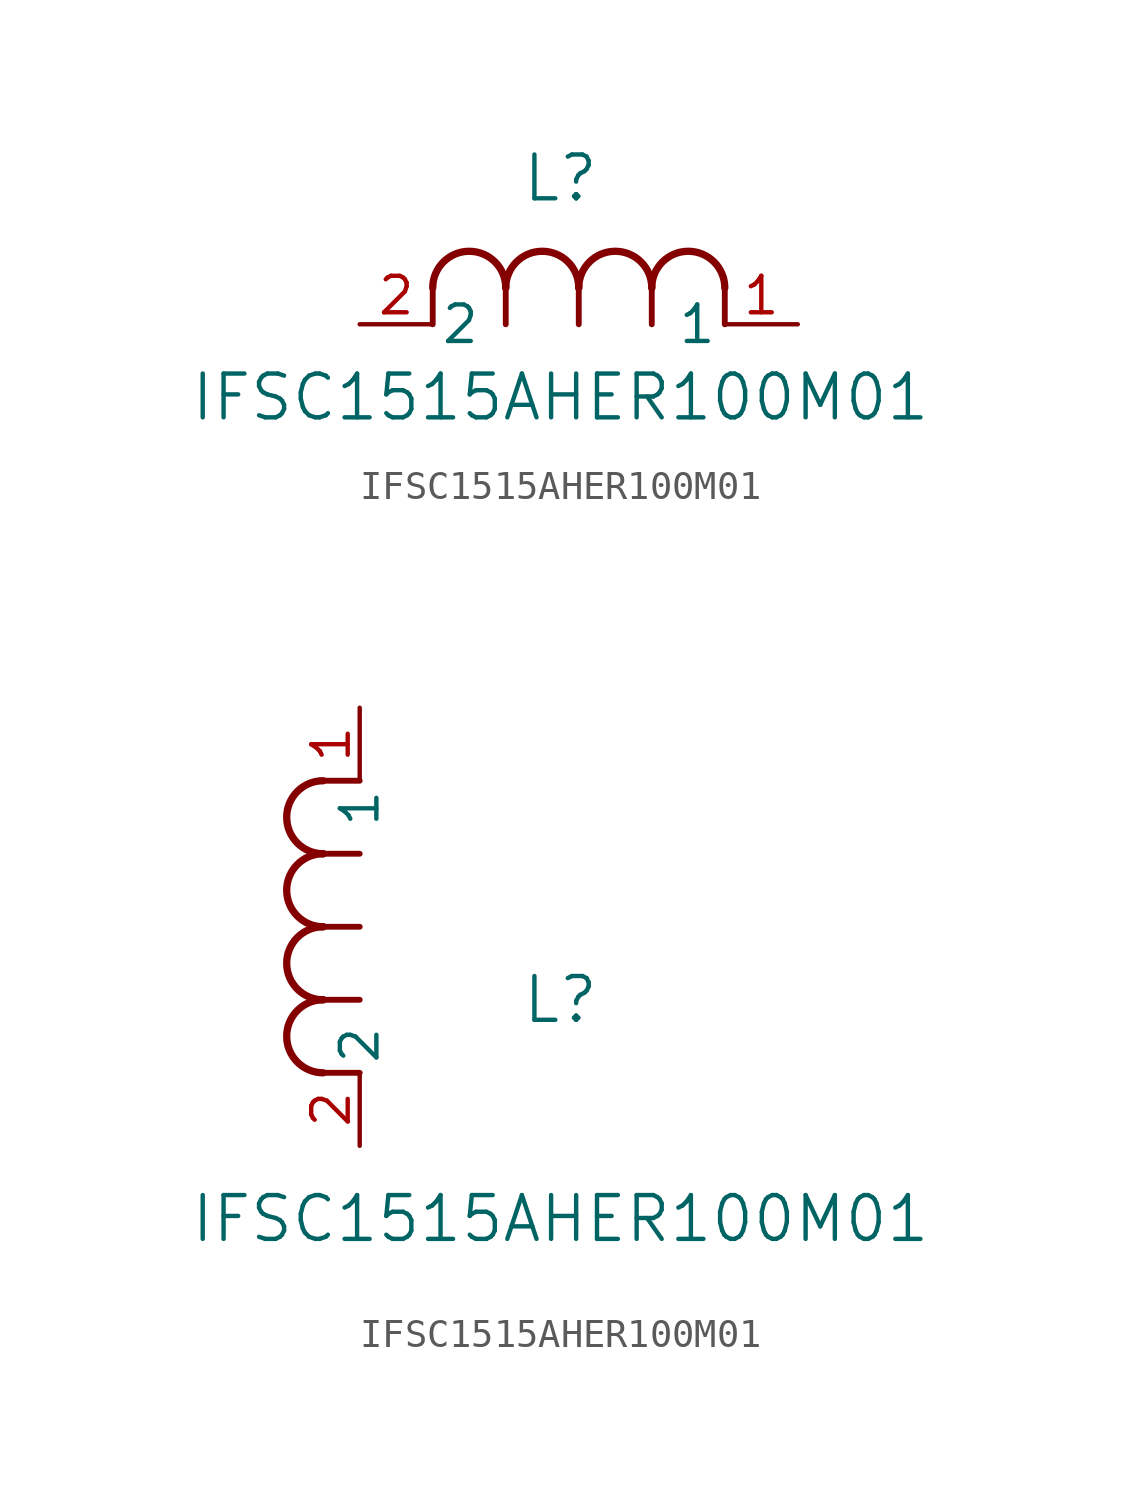
<source format=kicad_sym>
(kicad_symbol_lib
  (version 20211014)
  (generator kicad_symbol_editor)
  (symbol "IFSC1515AHER100M01"
    (pin_names
      (offset 0.254))
    (property "Reference" "L"
      (at 6.985 5.08 0)
      (effects (font (size 1.524 1.524))))
    (property "Value" "IFSC1515AHER100M01"
      (at 6.985 -2.54 0)
      (effects (font (size 1.524 1.524))))
    (symbol "IFSC1515AHER100M01_1_1"
      (arc (start 7.62 1.27) (mid 6.35 2.54) (end 5.08 1.27) (stroke (width 0.254) (type default) (color 0 0 0 0)) (fill (type none)))
      (polyline (pts (xy 5.08 0) (xy 5.08 1.27)) (stroke (width 0.203) (type default) (color 0 0 0 0)) (fill (type none)))
      (polyline (pts (xy 7.62 0) (xy 7.62 1.27)) (stroke (width 0.203) (type default) (color 0 0 0 0)) (fill (type none)))
      (polyline (pts (xy 12.7 0) (xy 12.7 1.27)) (stroke (width 0.203) (type default) (color 0 0 0 0)) (fill (type none)))
      (arc (start 5.08 1.27) (mid 3.81 2.54) (end 2.54 1.27) (stroke (width 0.254) (type default) (color 0 0 0 0)) (fill (type none)))
      (arc (start 10.16 1.27) (mid 8.89 2.54) (end 7.62 1.27) (stroke (width 0.254) (type default) (color 0 0 0 0)) (fill (type none)))
      (arc (start 12.7 1.27) (mid 11.43 2.54) (end 10.16 1.27) (stroke (width 0.254) (type default) (color 0 0 0 0)) (fill (type none)))
      (polyline (pts (xy 2.54 0) (xy 2.54 1.27)) (stroke (width 0.203) (type default) (color 0 0 0 0)) (fill (type none)))
      (polyline (pts (xy 10.16 0) (xy 10.16 1.27)) (stroke (width 0.203) (type default) (color 0 0 0 0)) (fill (type none)))
      (pin unspecified line (at 0 0 0) (length 2.54) (name "2" (effects (font (size 1.27 1.27)))) (number "2" (effects (font (size 1.27 1.27)))))
      (pin unspecified line (at 15.24 0 180) (length 2.54) (name "1" (effects (font (size 1.27 1.27)))) (number "1" (effects (font (size 1.27 1.27))))))
    (symbol "IFSC1515AHER100M01_1_2"
      (arc (start -1.27 7.62) (mid -2.54 6.35) (end -1.27 5.08) (stroke (width 0.254) (type default) (color 0 0 0 0)) (fill (type none)))
      (arc (start -1.27 5.08) (mid -2.54 3.81) (end -1.27 2.54) (stroke (width 0.254) (type default) (color 0 0 0 0)) (fill (type none)))
      (arc (start -1.27 12.7) (mid -2.54 11.43) (end -1.27 10.16) (stroke (width 0.254) (type default) (color 0 0 0 0)) (fill (type none)))
      (arc (start -1.27 10.16) (mid -2.54 8.89) (end -1.27 7.62) (stroke (width 0.254) (type default) (color 0 0 0 0)) (fill (type none)))
      (polyline (pts (xy 0 7.62) (xy -1.27 7.62)) (stroke (width 0.203) (type default) (color 0 0 0 0)) (fill (type none)))
      (polyline (pts (xy 0 5.08) (xy -1.27 5.08)) (stroke (width 0.203) (type default) (color 0 0 0 0)) (fill (type none)))
      (polyline (pts (xy 0 12.7) (xy -1.27 12.7)) (stroke (width 0.203) (type default) (color 0 0 0 0)) (fill (type none)))
      (polyline (pts (xy 0 2.54) (xy -1.27 2.54)) (stroke (width 0.203) (type default) (color 0 0 0 0)) (fill (type none)))
      (polyline (pts (xy 0 10.16) (xy -1.27 10.16)) (stroke (width 0.203) (type default) (color 0 0 0 0)) (fill (type none)))
      (pin unspecified line (at 0 0 90) (length 2.54) (name "2" (effects (font (size 1.27 1.27)))) (number "2" (effects (font (size 1.27 1.27)))))
      (pin unspecified line (at 0 15.24 270) (length 2.54) (name "1" (effects (font (size 1.27 1.27)))) (number "1" (effects (font (size 1.27 1.27))))))))
</source>
